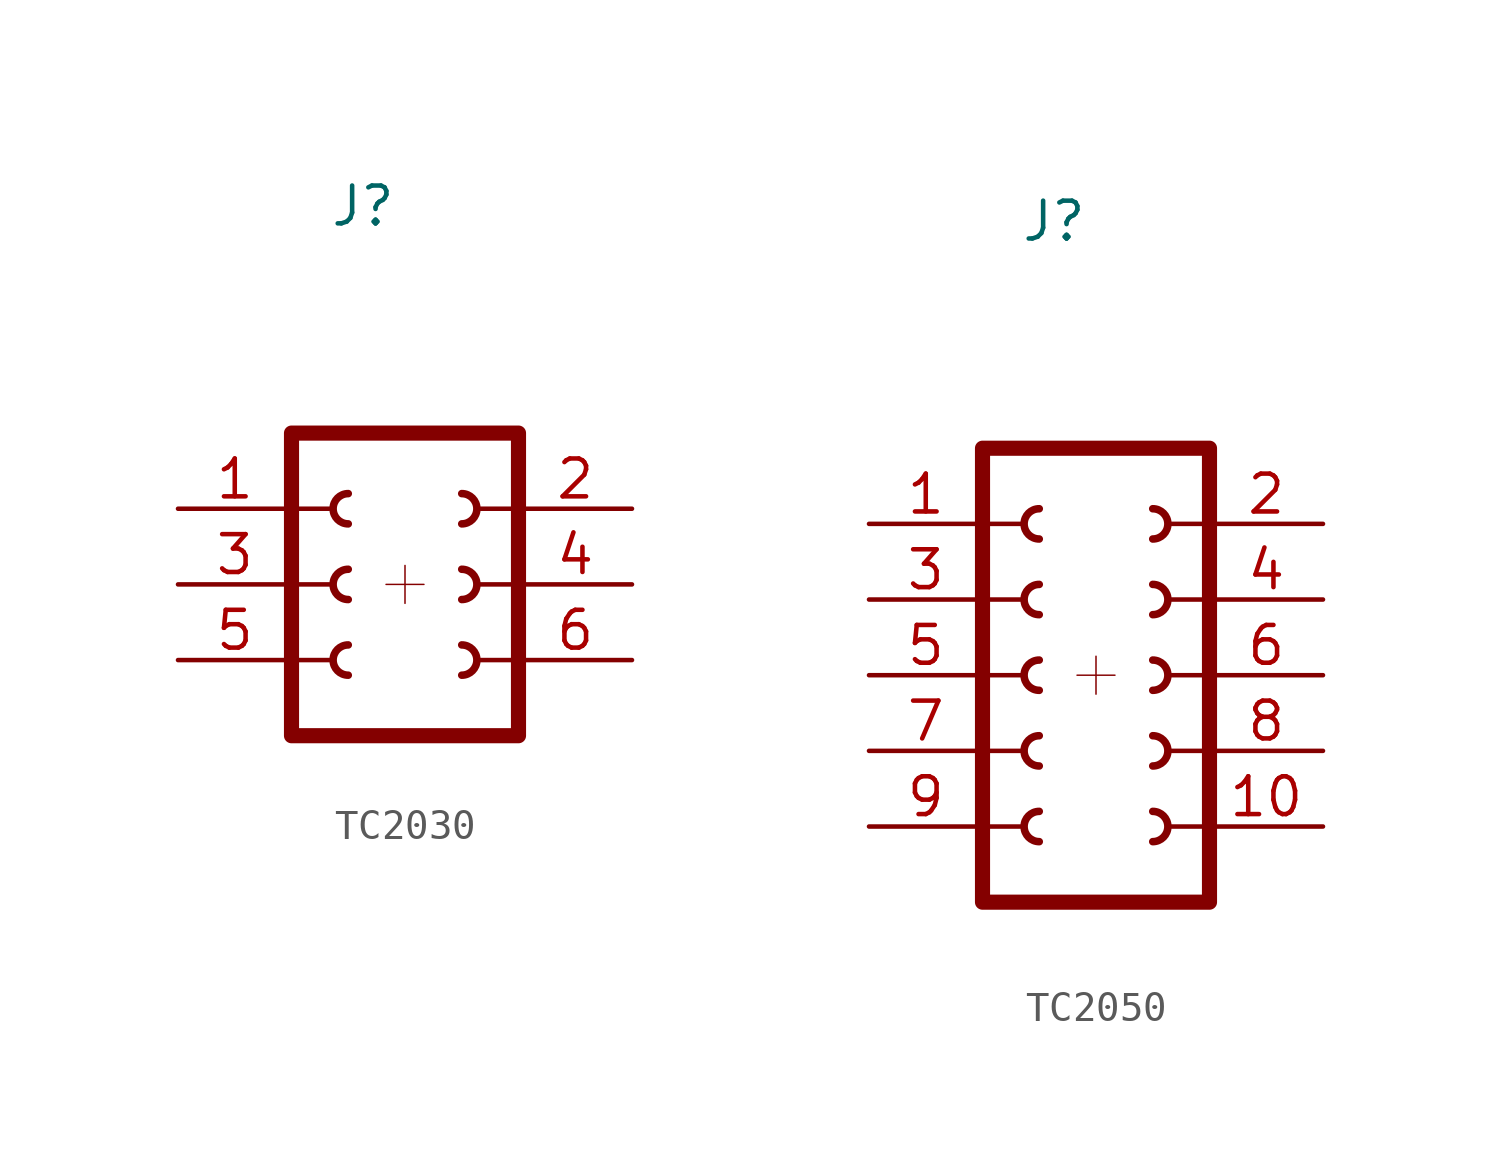
<source format=kicad_sym>
(kicad_symbol_lib
  (version 20211014)
  (generator kicad_symbol_editor)
  (symbol "TC2030"
    (pin_names
      (offset 1.016) hide)
    (property "Reference" "J"
      (at -2.54 12.7 0)
      (effects (font (size 1.27 1.27)) (justify left)))
    (symbol "TC2030_0_1"
      (rectangle (start -3.81 -2.54) (end -2.54 -2.54) (stroke (width 0.152) (type default) (color 0 0 0 0)) (fill (type none)))
      (rectangle (start -3.81 0) (end -2.54 0) (stroke (width 0.152) (type default) (color 0 0 0 0)) (fill (type none)))
      (rectangle (start -3.81 2.54) (end -2.54 2.54) (stroke (width 0.152) (type default) (color 0 0 0 0)) (fill (type none)))
      (rectangle (start -3.81 5.08) (end 3.81 -5.08) (stroke (width 0.508) (type default) (color 0 0 0 0)) (fill (type none))))
    (symbol "TC2030_1_1"
      (arc (start -1.905 -2.032) (mid -2.413 -2.54) (end -1.905 -3.048) (stroke (width 0.254) (type default) (color 0 0 0 0)) (fill (type none)))
      (arc (start -1.905 0.508) (mid -2.413 0) (end -1.905 -0.508) (stroke (width 0.254) (type default) (color 0 0 0 0)) (fill (type none)))
      (arc (start -1.905 3.048) (mid -2.413 2.54) (end -1.905 2.032) (stroke (width 0.254) (type default) (color 0 0 0 0)) (fill (type none)))
      (polyline (pts (xy -0.635 0) (xy 0.635 0)) (stroke (width 0.051) (type default) (color 0 0 0 0)) (fill (type none)))
      (polyline (pts (xy 0 0.635) (xy 0 -0.635)) (stroke (width 0.051) (type default) (color 0 0 0 0)) (fill (type none)))
      (arc (start 1.905 -3.048) (mid 2.413 -2.54) (end 1.905 -2.032) (stroke (width 0.254) (type default) (color 0 0 0 0)) (fill (type none)))
      (arc (start 1.905 -0.508) (mid 2.413 0) (end 1.905 0.508) (stroke (width 0.254) (type default) (color 0 0 0 0)) (fill (type none)))
      (arc (start 1.905 2.032) (mid 2.413 2.54) (end 1.905 3.048) (stroke (width 0.254) (type default) (color 0 0 0 0)) (fill (type none)))
      (rectangle (start 3.81 -2.54) (end 2.54 -2.54) (stroke (width 0.152) (type default) (color 0 0 0 0)) (fill (type none)))
      (rectangle (start 3.81 0) (end 2.54 0) (stroke (width 0.152) (type default) (color 0 0 0 0)) (fill (type none)))
      (rectangle (start 3.81 2.54) (end 2.54 2.54) (stroke (width 0.152) (type default) (color 0 0 0 0)) (fill (type none)))
      (pin passive line (at -7.62 2.54 0) (length 3.81) (name "Pin_1" (effects (font (size 1.27 1.27)))) (number "1" (effects (font (size 1.27 1.27)))))
      (pin passive line (at 7.62 2.54 180) (length 3.81) (name "Pin_2" (effects (font (size 1.27 1.27)))) (number "2" (effects (font (size 1.27 1.27)))))
      (pin passive line (at -7.62 0 0) (length 3.81) (name "Pin_3" (effects (font (size 1.27 1.27)))) (number "3" (effects (font (size 1.27 1.27)))))
      (pin passive line (at 7.62 0 180) (length 3.81) (name "Pin_4" (effects (font (size 1.27 1.27)))) (number "4" (effects (font (size 1.27 1.27)))))
      (pin passive line (at -7.62 -2.54 0) (length 3.81) (name "Pin_5" (effects (font (size 1.27 1.27)))) (number "5" (effects (font (size 1.27 1.27)))))
      (pin passive line (at 7.62 -2.54 180) (length 3.81) (name "Pin_6" (effects (font (size 1.27 1.27)))) (number "6" (effects (font (size 1.27 1.27)))))))
  (symbol "TC2050"
    (pin_names
      (offset 1.016) hide)
    (property "Reference" "J"
      (at -2.54 15.24 0)
      (effects (font (size 1.27 1.27)) (justify left)))
    (symbol "TC2050_0_1"
      (rectangle (start -3.81 -5.08) (end -2.54 -5.08) (stroke (width 0.152) (type default) (color 0 0 0 0)) (fill (type none)))
      (rectangle (start -3.81 -2.54) (end -2.54 -2.54) (stroke (width 0.152) (type default) (color 0 0 0 0)) (fill (type none)))
      (rectangle (start -3.81 0) (end -2.54 0) (stroke (width 0.152) (type default) (color 0 0 0 0)) (fill (type none)))
      (rectangle (start -3.81 2.54) (end -2.54 2.54) (stroke (width 0.152) (type default) (color 0 0 0 0)) (fill (type none)))
      (rectangle (start -3.81 5.08) (end -2.54 5.08) (stroke (width 0.152) (type default) (color 0 0 0 0)) (fill (type none)))
      (rectangle (start -3.81 7.62) (end 3.81 -7.62) (stroke (width 0.508) (type default) (color 0 0 0 0)) (fill (type none))))
    (symbol "TC2050_1_1"
      (arc (start -1.905 -4.572) (mid -2.413 -5.08) (end -1.905 -5.588) (stroke (width 0.254) (type default) (color 0 0 0 0)) (fill (type none)))
      (arc (start -1.905 -2.032) (mid -2.413 -2.54) (end -1.905 -3.048) (stroke (width 0.254) (type default) (color 0 0 0 0)) (fill (type none)))
      (arc (start -1.905 0.508) (mid -2.413 0) (end -1.905 -0.508) (stroke (width 0.254) (type default) (color 0 0 0 0)) (fill (type none)))
      (arc (start -1.905 3.048) (mid -2.413 2.54) (end -1.905 2.032) (stroke (width 0.254) (type default) (color 0 0 0 0)) (fill (type none)))
      (arc (start -1.905 5.588) (mid -2.413 5.08) (end -1.905 4.572) (stroke (width 0.254) (type default) (color 0 0 0 0)) (fill (type none)))
      (polyline (pts (xy -0.635 0) (xy 0.635 0)) (stroke (width 0.051) (type default) (color 0 0 0 0)) (fill (type none)))
      (polyline (pts (xy 0 0.635) (xy 0 -0.635)) (stroke (width 0.051) (type default) (color 0 0 0 0)) (fill (type none)))
      (arc (start 1.905 -5.588) (mid 2.413 -5.08) (end 1.905 -4.572) (stroke (width 0.254) (type default) (color 0 0 0 0)) (fill (type none)))
      (arc (start 1.905 -3.048) (mid 2.413 -2.54) (end 1.905 -2.032) (stroke (width 0.254) (type default) (color 0 0 0 0)) (fill (type none)))
      (arc (start 1.905 -0.508) (mid 2.413 0) (end 1.905 0.508) (stroke (width 0.254) (type default) (color 0 0 0 0)) (fill (type none)))
      (arc (start 1.905 2.032) (mid 2.413 2.54) (end 1.905 3.048) (stroke (width 0.254) (type default) (color 0 0 0 0)) (fill (type none)))
      (arc (start 1.905 4.572) (mid 2.413 5.08) (end 1.905 5.588) (stroke (width 0.254) (type default) (color 0 0 0 0)) (fill (type none)))
      (rectangle (start 3.81 -5.08) (end 2.54 -5.08) (stroke (width 0.152) (type default) (color 0 0 0 0)) (fill (type none)))
      (rectangle (start 3.81 -2.54) (end 2.54 -2.54) (stroke (width 0.152) (type default) (color 0 0 0 0)) (fill (type none)))
      (rectangle (start 3.81 0) (end 2.54 0) (stroke (width 0.152) (type default) (color 0 0 0 0)) (fill (type none)))
      (rectangle (start 3.81 2.54) (end 2.54 2.54) (stroke (width 0.152) (type default) (color 0 0 0 0)) (fill (type none)))
      (rectangle (start 3.81 5.08) (end 2.54 5.08) (stroke (width 0.152) (type default) (color 0 0 0 0)) (fill (type none)))
      (pin passive line (at -7.62 5.08 0) (length 3.81) (name "Pin_1" (effects (font (size 1.27 1.27)))) (number "1" (effects (font (size 1.27 1.27)))))
      (pin passive line (at 7.62 -5.08 180) (length 3.81) (name "Pin_10" (effects (font (size 1.27 1.27)))) (number "10" (effects (font (size 1.27 1.27)))))
      (pin passive line (at 7.62 5.08 180) (length 3.81) (name "Pin_2" (effects (font (size 1.27 1.27)))) (number "2" (effects (font (size 1.27 1.27)))))
      (pin passive line (at -7.62 2.54 0) (length 3.81) (name "Pin_3" (effects (font (size 1.27 1.27)))) (number "3" (effects (font (size 1.27 1.27)))))
      (pin passive line (at 7.62 2.54 180) (length 3.81) (name "Pin_4" (effects (font (size 1.27 1.27)))) (number "4" (effects (font (size 1.27 1.27)))))
      (pin passive line (at -7.62 0 0) (length 3.81) (name "Pin_5" (effects (font (size 1.27 1.27)))) (number "5" (effects (font (size 1.27 1.27)))))
      (pin passive line (at 7.62 0 180) (length 3.81) (name "Pin_6" (effects (font (size 1.27 1.27)))) (number "6" (effects (font (size 1.27 1.27)))))
      (pin passive line (at -7.62 -2.54 0) (length 3.81) (name "Pin_7" (effects (font (size 1.27 1.27)))) (number "7" (effects (font (size 1.27 1.27)))))
      (pin passive line (at 7.62 -2.54 180) (length 3.81) (name "Pin_8" (effects (font (size 1.27 1.27)))) (number "8" (effects (font (size 1.27 1.27)))))
      (pin passive line (at -7.62 -5.08 0) (length 3.81) (name "Pin_9" (effects (font (size 1.27 1.27)))) (number "9" (effects (font (size 1.27 1.27))))))))
</source>
